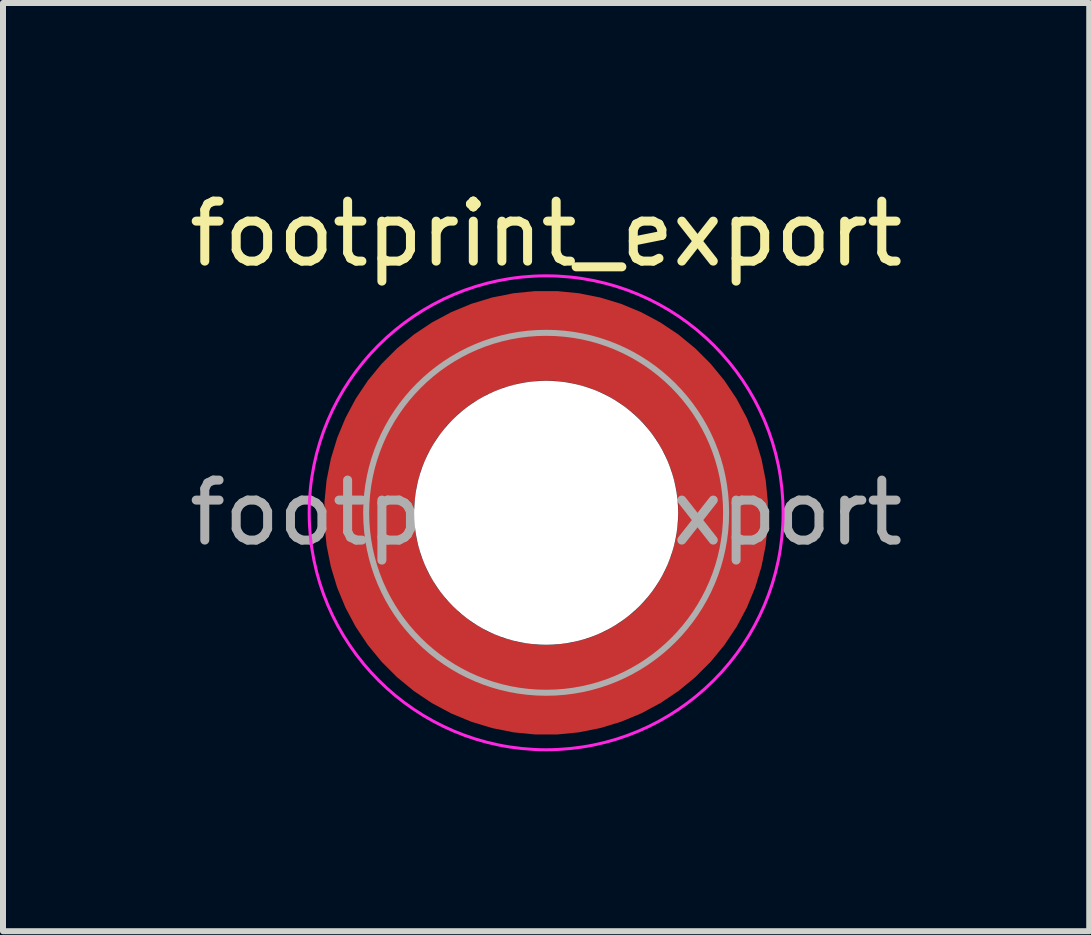
<source format=kicad_pcb>
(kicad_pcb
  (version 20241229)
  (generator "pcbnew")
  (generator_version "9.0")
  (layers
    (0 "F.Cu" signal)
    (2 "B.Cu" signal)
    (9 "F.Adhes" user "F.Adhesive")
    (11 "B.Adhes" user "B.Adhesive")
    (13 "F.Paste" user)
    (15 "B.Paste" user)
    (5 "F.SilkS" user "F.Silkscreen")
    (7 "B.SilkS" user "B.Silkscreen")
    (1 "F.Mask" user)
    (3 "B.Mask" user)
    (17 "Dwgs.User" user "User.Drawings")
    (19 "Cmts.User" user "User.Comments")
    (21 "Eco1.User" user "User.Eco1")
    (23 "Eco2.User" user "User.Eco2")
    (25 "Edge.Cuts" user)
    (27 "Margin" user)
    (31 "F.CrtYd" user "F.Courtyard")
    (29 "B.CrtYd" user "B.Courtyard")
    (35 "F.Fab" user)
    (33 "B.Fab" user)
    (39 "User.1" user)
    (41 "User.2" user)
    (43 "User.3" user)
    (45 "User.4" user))
  (footprint "footprint_export"
    (layer "F.Cu")
    (at 6.054 5.498)
    (property "Reference" "footprint_export" (at 0 -4.65 0) (layer "F.SilkS") (effects (font (size 1 1) (thickness 0.15))))
    (attr smd)
    (fp_circle (center 0 0) (end 3.95 0) (stroke (width 0.05) (type solid)) (fill no) (layer "F.CrtYd"))
    (fp_circle (center 0 0) (end 3 0) (stroke (width 0.1) (type solid)) (fill no) (layer "F.Fab"))
    (fp_text user "${REFERENCE}" (at 0 0 0) (layer "F.Fab") (effects (font (size 1 1) (thickness 0.15))))
    (pad "" smd custom (at -2.077 -2.077) (size 0.995 0.995) (layers "F.Paste") (options (anchor circle)) (primitives (gr_arc (start -0.208831 1.577126) (mid 0.422144 0.422848) (end 1.576154 -0.208618) (width 0.2)) (gr_arc (start -0.310669 1.577126) (mid 0.35138 0.352781) (end 1.575188 -0.310262) (width 0.2)) (gr_arc (start -0.412325 1.577126) (mid 0.280305 0.283024) (end 1.573357 -0.411565) (width 0.2)) (gr_arc (start -0.51382 1.577126) (mid 0.210358 0.212139) (end 1.574653 -0.513342) (width 0.2)) (gr_arc (start -0.615172 1.577126) (mid 0.139846 0.141818) (end 1.574384 -0.614661) (width 0.2)) (gr_arc (start -0.716397 1.577126) (mid 0.070334 0.070498) (end 1.576898 -0.716356) (width 0.2)) (gr_arc (start -0.817508 1.577126) (mid -0.001805 0.001806) (end 1.572094 -0.816634) (width 0.2)) (gr_arc (start -0.918517 1.577126) (mid -0.071322 -0.06951) (end 1.574599 -0.918094) (width 0.2)) (gr_arc (start -1.019433 1.577126) (mid -0.141902 -0.139762) (end 1.574138 -1.018949) (width 0.2)) (gr_arc (start -1.120266 1.577126) (mid -0.211736 -0.210761) (end 1.575763 -1.120053) (width 0.2)) (gr_arc (start -1.221022 1.577126) (mid -0.282882 -0.280446) (end 1.57372 -1.220504) (width 0.2)) (gr_arc (start -1.32171 1.577126) (mid -0.353407 -0.350753) (end 1.573414 -1.321162) (width 0.2)) (gr_arc (start -1.422335 1.577126) (mid -0.423311 -0.421682) (end 1.574846 -1.422009) (width 0.2)) (gr_line (start 1.577 -0.209) (end 1.577 -1.422) (width 0.2)) (gr_line (start -0.209 1.577) (end -1.422 1.577) (width 0.2))))
    (pad "" smd custom (at -2.077 2.077) (size 0.995 0.995) (layers "F.Paste") (options (anchor circle)) (primitives (gr_arc (start 1.577126 0.208831) (mid 0.422848 -0.422144) (end -0.208618 -1.576154) (width 0.2)) (gr_arc (start 1.577126 0.310669) (mid 0.352781 -0.35138) (end -0.310262 -1.575188) (width 0.2)) (gr_arc (start 1.577126 0.412325) (mid 0.283024 -0.280305) (end -0.411565 -1.573357) (width 0.2)) (gr_arc (start 1.577126 0.51382) (mid 0.212139 -0.210358) (end -0.513342 -1.574653) (width 0.2)) (gr_arc (start 1.577126 0.615172) (mid 0.141818 -0.139846) (end -0.614661 -1.574384) (width 0.2)) (gr_arc (start 1.577126 0.716397) (mid 0.070498 -0.070334) (end -0.716356 -1.576898) (width 0.2)) (gr_arc (start 1.577126 0.817508) (mid 0.001806 0.001805) (end -0.816634 -1.572094) (width 0.2)) (gr_arc (start 1.577126 0.918517) (mid -0.06951 0.071322) (end -0.918094 -1.574599) (width 0.2)) (gr_arc (start 1.577126 1.019433) (mid -0.139762 0.141902) (end -1.018949 -1.574138) (width 0.2)) (gr_arc (start 1.577126 1.120266) (mid -0.210761 0.211736) (end -1.120053 -1.575763) (width 0.2)) (gr_arc (start 1.577126 1.221022) (mid -0.280446 0.282882) (end -1.220504 -1.57372) (width 0.2)) (gr_arc (start 1.577126 1.32171) (mid -0.350753 0.353407) (end -1.321162 -1.573414) (width 0.2)) (gr_arc (start 1.577126 1.422335) (mid -0.421682 0.423311) (end -1.422009 -1.574846) (width 0.2)) (gr_line (start -0.209 -1.577) (end -1.422 -1.577) (width 0.2)) (gr_line (start 1.577 0.209) (end 1.577 1.422) (width 0.2))))
    (pad "" np_thru_hole circle (at 0 0) (size 4.4 4.4) (drill 4.4) (layers "*.Cu" "*.Mask"))
    (pad "" smd custom (at 2.077 -2.077) (size 0.995 0.995) (layers "F.Paste") (options (anchor circle)) (primitives (gr_arc (start -1.577126 -0.208831) (mid -0.422848 0.422144) (end 0.208618 1.576154) (width 0.2)) (gr_arc (start -1.577126 -0.310669) (mid -0.352781 0.35138) (end 0.310262 1.575188) (width 0.2)) (gr_arc (start -1.577126 -0.412325) (mid -0.283024 0.280305) (end 0.411565 1.573357) (width 0.2)) (gr_arc (start -1.577126 -0.51382) (mid -0.212139 0.210358) (end 0.513342 1.574653) (width 0.2)) (gr_arc (start -1.577126 -0.615172) (mid -0.141818 0.139846) (end 0.614661 1.574384) (width 0.2)) (gr_arc (start -1.577126 -0.716397) (mid -0.070498 0.070334) (end 0.716356 1.576898) (width 0.2)) (gr_arc (start -1.577126 -0.817508) (mid -0.001806 -0.001805) (end 0.816634 1.572094) (width 0.2)) (gr_arc (start -1.577126 -0.918517) (mid 0.06951 -0.071322) (end 0.918094 1.574599) (width 0.2)) (gr_arc (start -1.577126 -1.019433) (mid 0.139762 -0.141902) (end 1.018949 1.574138) (width 0.2)) (gr_arc (start -1.577126 -1.120266) (mid 0.210761 -0.211736) (end 1.120053 1.575763) (width 0.2)) (gr_arc (start -1.577126 -1.221022) (mid 0.280446 -0.282882) (end 1.220504 1.57372) (width 0.2)) (gr_arc (start -1.577126 -1.32171) (mid 0.350753 -0.353407) (end 1.321162 1.573414) (width 0.2)) (gr_arc (start -1.577126 -1.422335) (mid 0.421682 -0.423311) (end 1.422009 1.574846) (width 0.2)) (gr_line (start 0.209 1.577) (end 1.422 1.577) (width 0.2)) (gr_line (start -1.577 -0.209) (end -1.577 -1.422) (width 0.2))))
    (pad "" smd custom (at 2.077 2.077) (size 0.995 0.995) (layers "F.Paste") (options (anchor circle)) (primitives (gr_arc (start 0.208831 -1.577126) (mid -0.422144 -0.422848) (end -1.576154 0.208618) (width 0.2)) (gr_arc (start 0.310669 -1.577126) (mid -0.35138 -0.352781) (end -1.575188 0.310262) (width 0.2)) (gr_arc (start 0.412325 -1.577126) (mid -0.280305 -0.283024) (end -1.573357 0.411565) (width 0.2)) (gr_arc (start 0.51382 -1.577126) (mid -0.210358 -0.212139) (end -1.574653 0.513342) (width 0.2)) (gr_arc (start 0.615172 -1.577126) (mid -0.139846 -0.141818) (end -1.574384 0.614661) (width 0.2)) (gr_arc (start 0.716397 -1.577126) (mid -0.070334 -0.070498) (end -1.576898 0.716356) (width 0.2)) (gr_arc (start 0.817508 -1.577126) (mid 0.001805 -0.001806) (end -1.572094 0.816634) (width 0.2)) (gr_arc (start 0.918517 -1.577126) (mid 0.071322 0.06951) (end -1.574599 0.918094) (width 0.2)) (gr_arc (start 1.019433 -1.577126) (mid 0.141902 0.139762) (end -1.574138 1.018949) (width 0.2)) (gr_arc (start 1.120266 -1.577126) (mid 0.211736 0.210761) (end -1.575763 1.120053) (width 0.2)) (gr_arc (start 1.221022 -1.577126) (mid 0.282882 0.280446) (end -1.57372 1.220504) (width 0.2)) (gr_arc (start 1.32171 -1.577126) (mid 0.353407 0.350753) (end -1.573414 1.321162) (width 0.2)) (gr_arc (start 1.422335 -1.577126) (mid 0.423311 0.421682) (end -1.574846 1.422009) (width 0.2)) (gr_line (start -1.577 0.209) (end -1.577 1.422) (width 0.2)) (gr_line (start 0.209 -1.577) (end 1.422 -1.577) (width 0.2))))
    (pad "1" smd circle (at -2.95 0) (size 1.1 1.1) (layers "F.Cu"))
    (pad "1" smd circle (at 0 -2.95) (size 1.1 1.1) (layers "F.Cu"))
    (pad "1" smd circle (at 0 2.95) (size 1.1 1.1) (layers "F.Cu"))
    (pad "1" smd custom (at 2.95 0) (size 1.1 1.1) (layers "F.Cu" "F.Mask") (options (anchor circle)) (primitives (gr_circle (center -2.95 0) (end 0 0) (width 1.5) (fill no)))))
  (gr_rect
    (start -3 -3)
    (end 15.107 12.473)
    (stroke (width 0.1) (type default))
    (fill no)
    (layer "Edge.Cuts")))
</source>
